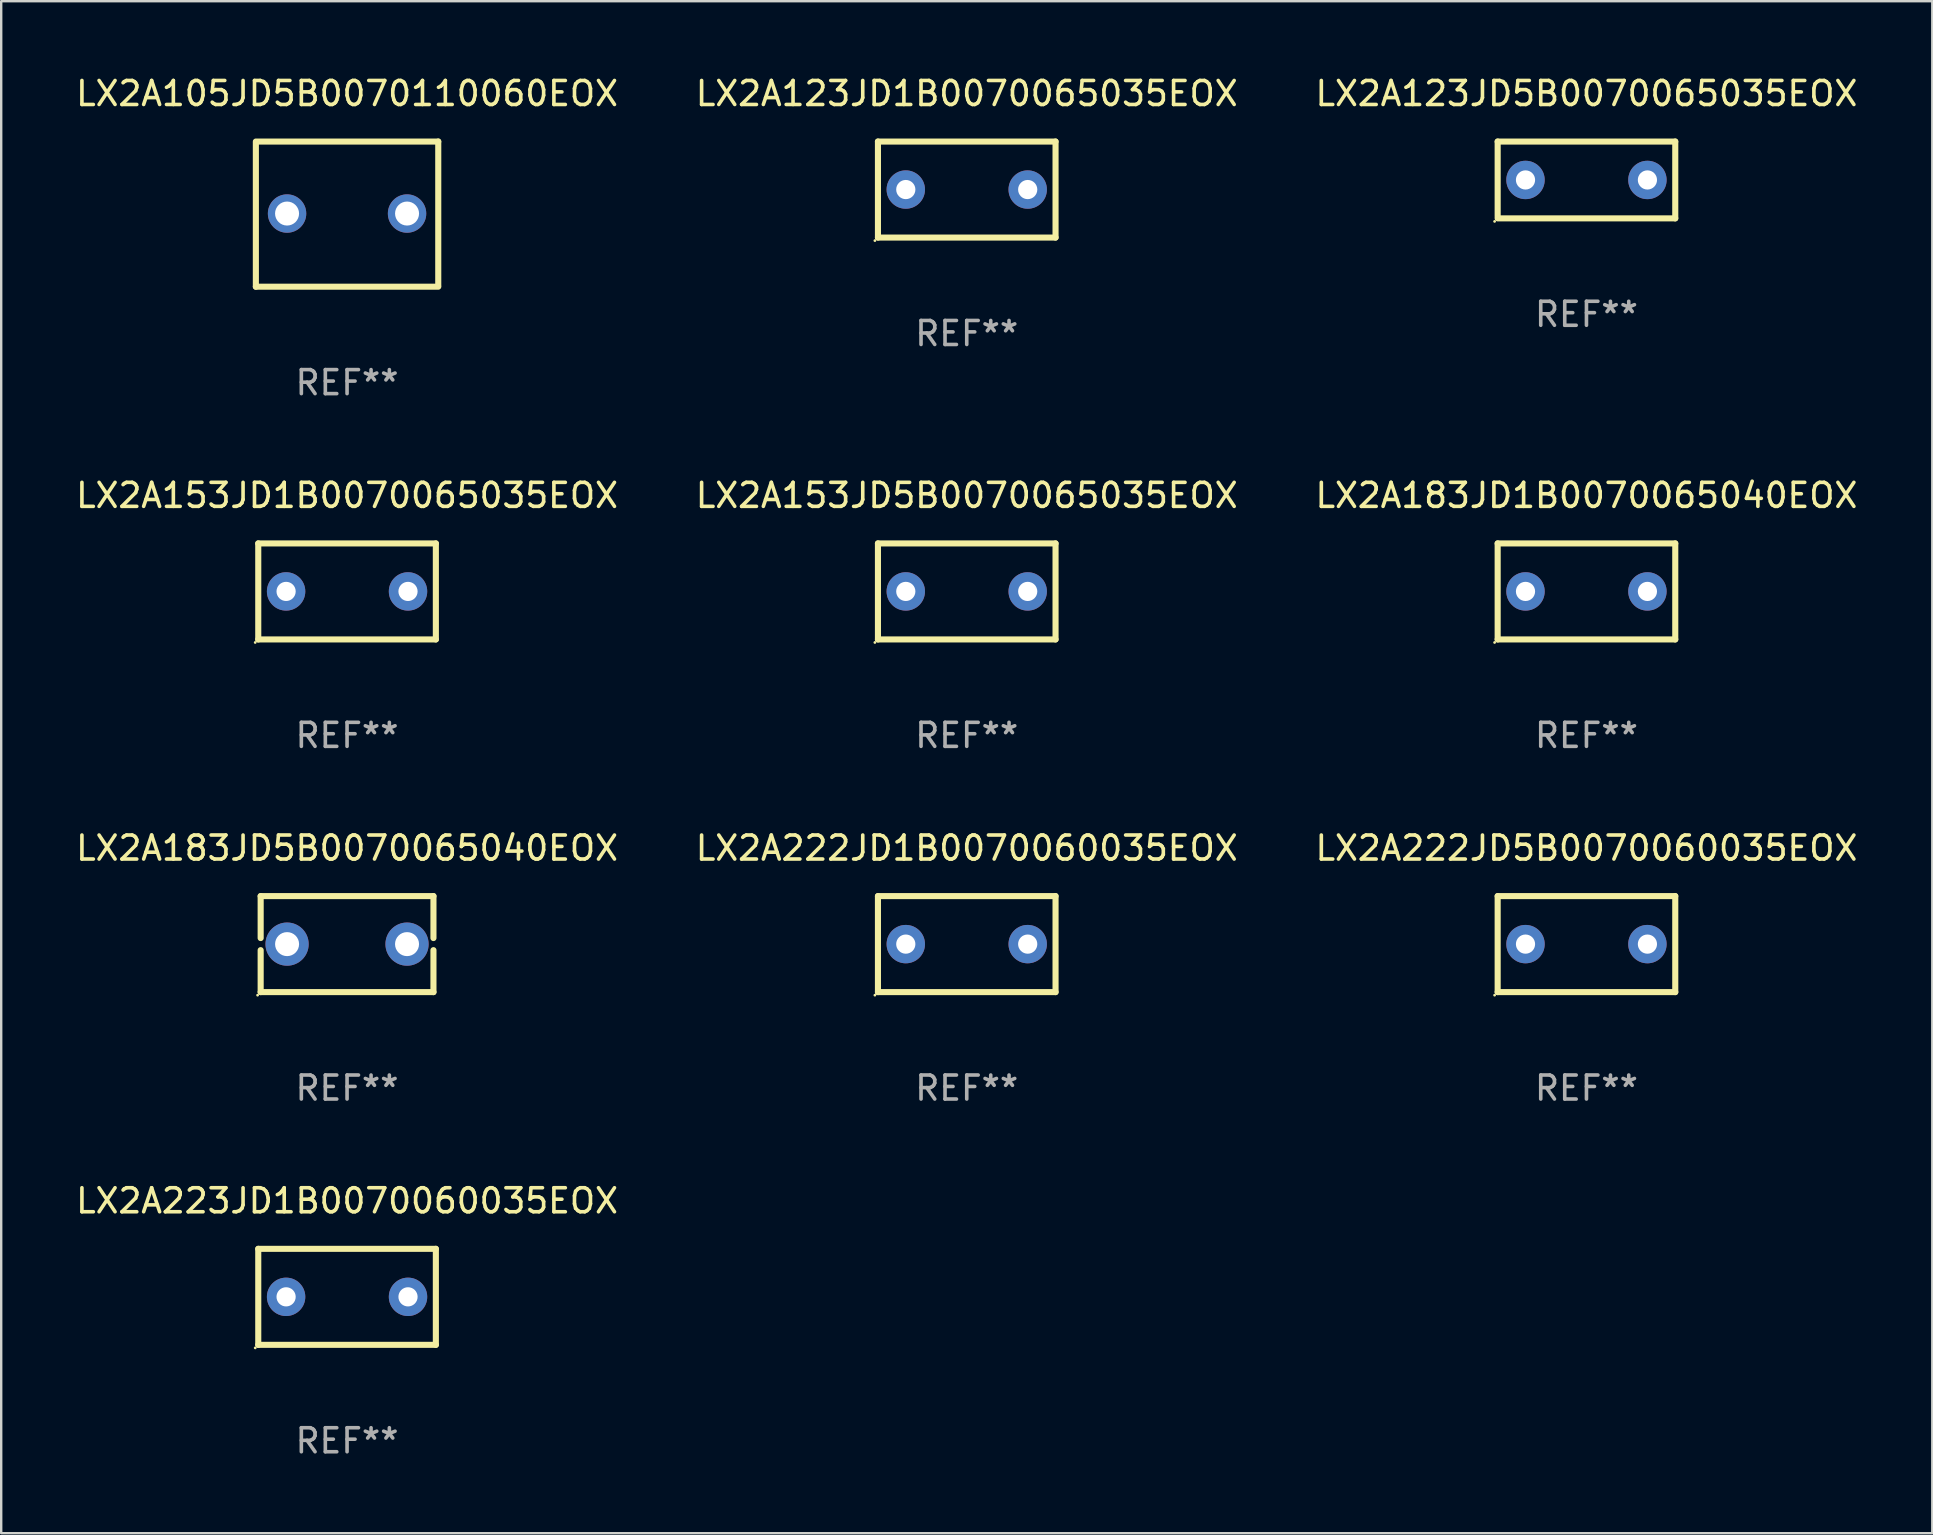
<source format=kicad_pcb>
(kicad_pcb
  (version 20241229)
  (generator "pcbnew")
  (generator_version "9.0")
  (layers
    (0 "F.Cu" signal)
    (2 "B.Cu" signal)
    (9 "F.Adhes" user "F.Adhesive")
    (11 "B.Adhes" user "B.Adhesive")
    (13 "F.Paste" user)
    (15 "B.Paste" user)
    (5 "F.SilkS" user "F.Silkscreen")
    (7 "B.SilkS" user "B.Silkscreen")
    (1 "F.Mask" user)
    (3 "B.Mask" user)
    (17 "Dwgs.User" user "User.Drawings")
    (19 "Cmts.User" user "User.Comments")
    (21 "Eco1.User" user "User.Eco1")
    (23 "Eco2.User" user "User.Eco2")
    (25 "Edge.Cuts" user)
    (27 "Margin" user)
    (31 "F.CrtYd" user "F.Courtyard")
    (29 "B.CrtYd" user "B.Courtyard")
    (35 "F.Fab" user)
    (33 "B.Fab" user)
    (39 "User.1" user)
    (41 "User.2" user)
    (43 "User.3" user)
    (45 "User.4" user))
  (footprint "LX2A123JD1B0070065035EOX"
    (layer "F.Cu")
    (at 37.232 4.848)
    (property "Reference" "LX2A123JD1B0070065035EOX" (at 0 -4 0) (layer "F.SilkS") (effects (font (size 1 1) (thickness 0.15))))
    (attr through_hole)
    (fp_line (start -3.7 -2) (end -3.7 2) (stroke (width 0.254) (type solid)) (layer "F.SilkS"))
    (fp_line (start -3.7 -2) (end 3.7 -2) (stroke (width 0.254) (type solid)) (layer "F.SilkS"))
    (fp_line (start -3.7 2) (end 3.7 2) (stroke (width 0.254) (type solid)) (layer "F.SilkS"))
    (fp_line (start 3.7 -2) (end 3.7 2) (stroke (width 0.254) (type solid)) (layer "F.SilkS"))
    (fp_circle (center -3.827 2.127) (end -3.797 2.127) (stroke (width 0.06) (type solid)) (fill no) (layer "F.SilkS"))
    (fp_text user "REF**" (at 0 6 0) (layer "F.Fab") (effects (font (size 1 1) (thickness 0.15))))
    (pad "1" thru_hole circle (at -2.54 0) (size 1.6 1.6) (drill 0.8) (layers "*.Cu" "*.Mask"))
    (pad "2" thru_hole circle (at 2.54 0) (size 1.6 1.6) (drill 0.8) (layers "*.Cu" "*.Mask")))
  (footprint "LX2A183JD5B0070065040EOX"
    (layer "F.Cu")
    (at 11.411 36.289)
    (property "Reference" "LX2A183JD5B0070065040EOX" (at 0 -4 0) (layer "F.SilkS") (effects (font (size 1 1) (thickness 0.15))))
    (attr through_hole)
    (fp_line (start -3.6 -2) (end -3.6 -0.252) (stroke (width 0.254) (type solid)) (layer "F.SilkS"))
    (fp_line (start -3.6 -2) (end 3.6 -2) (stroke (width 0.254) (type solid)) (layer "F.SilkS"))
    (fp_line (start -3.6 0.252) (end -3.6 2) (stroke (width 0.254) (type solid)) (layer "F.SilkS"))
    (fp_line (start -3.6 2) (end 3.6 2) (stroke (width 0.254) (type solid)) (layer "F.SilkS"))
    (fp_line (start 3.6 -0.252) (end 3.6 -2) (stroke (width 0.254) (type solid)) (layer "F.SilkS"))
    (fp_line (start 3.6 2) (end 3.6 0.252) (stroke (width 0.254) (type solid)) (layer "F.SilkS"))
    (fp_circle (center -3.727 2.127) (end -3.697 2.127) (stroke (width 0.06) (type solid)) (fill no) (layer "F.SilkS"))
    (fp_text user "REF**" (at 0 6 0) (layer "F.Fab") (effects (font (size 1 1) (thickness 0.15))))
    (pad "1" thru_hole circle (at -2.499 0) (size 1.8 1.8) (drill 1) (layers "*.Cu" "*.Mask"))
    (pad "2" thru_hole circle (at 2.499 0) (size 1.8 1.8) (drill 1) (layers "*.Cu" "*.Mask")))
  (footprint "LX2A123JD5B0070065035EOX"
    (layer "F.Cu")
    (at 63.054 4.448)
    (property "Reference" "LX2A123JD5B0070065035EOX" (at 0 -3.6 0) (layer "F.SilkS") (effects (font (size 1 1) (thickness 0.15))))
    (attr through_hole)
    (fp_line (start -3.7 -1.6) (end -3.7 1.524) (stroke (width 0.254) (type solid)) (layer "F.SilkS"))
    (fp_line (start -3.7 -1.6) (end 3.7 -1.6) (stroke (width 0.254) (type solid)) (layer "F.SilkS"))
    (fp_line (start -3.7 1.6) (end 3.7 1.6) (stroke (width 0.254) (type solid)) (layer "F.SilkS"))
    (fp_line (start 3.7 -1.6) (end 3.7 1.6) (stroke (width 0.254) (type solid)) (layer "F.SilkS"))
    (fp_circle (center -3.827 1.727) (end -3.797 1.727) (stroke (width 0.06) (type solid)) (fill no) (layer "F.SilkS"))
    (fp_text user "REF**" (at 0 5.6 0) (layer "F.Fab") (effects (font (size 1 1) (thickness 0.15))))
    (pad "1" thru_hole circle (at -2.54 0) (size 1.6 1.6) (drill 0.8) (layers "*.Cu" "*.Mask"))
    (pad "2" thru_hole circle (at 2.54 0) (size 1.6 1.6) (drill 0.8) (layers "*.Cu" "*.Mask")))
  (footprint "LX2A105JD5B0070110060EOX"
    (layer "F.Cu")
    (at 11.411 5.872)
    (property "Reference" "LX2A105JD5B0070110060EOX" (at 0 -5.024 0) (layer "F.SilkS") (effects (font (size 1 1) (thickness 0.15))))
    (attr through_hole)
    (fp_line (start -3.8 -3.024) (end 3.8 -3.024) (stroke (width 0.254) (type solid)) (layer "F.SilkS"))
    (fp_line (start -3.8 3.024) (end -3.8 -2.976) (stroke (width 0.254) (type solid)) (layer "F.SilkS"))
    (fp_line (start 3.8 -3.024) (end 3.8 2.976) (stroke (width 0.254) (type solid)) (layer "F.SilkS"))
    (fp_line (start 3.8 3.024) (end -3.8 3.024) (stroke (width 0.254) (type solid)) (layer "F.SilkS"))
    (fp_circle (center -3.75 2.976) (end -3.72 2.976) (stroke (width 0.06) (type solid)) (fill no) (layer "F.SilkS"))
    (fp_text user "REF**" (at 0 7.024 0) (layer "F.Fab") (effects (font (size 1 1) (thickness 0.15))))
    (pad "1" thru_hole circle (at -2.5 -0.024) (size 1.6 1.6) (drill 1) (layers "*.Cu" "*.Mask"))
    (pad "2" thru_hole circle (at 2.5 -0.024) (size 1.6 1.6) (drill 1) (layers "*.Cu" "*.Mask")))
  (footprint "LX2A153JD1B0070065035EOX"
    (layer "F.Cu")
    (at 11.411 21.593)
    (property "Reference" "LX2A153JD1B0070065035EOX" (at 0 -4 0) (layer "F.SilkS") (effects (font (size 1 1) (thickness 0.15))))
    (attr through_hole)
    (fp_line (start -3.7 -2) (end -3.7 2) (stroke (width 0.254) (type solid)) (layer "F.SilkS"))
    (fp_line (start -3.7 -2) (end 3.7 -2) (stroke (width 0.254) (type solid)) (layer "F.SilkS"))
    (fp_line (start -3.7 2) (end 3.7 2) (stroke (width 0.254) (type solid)) (layer "F.SilkS"))
    (fp_line (start 3.7 -2) (end 3.7 2) (stroke (width 0.254) (type solid)) (layer "F.SilkS"))
    (fp_circle (center -3.827 2.127) (end -3.797 2.127) (stroke (width 0.06) (type solid)) (fill no) (layer "F.SilkS"))
    (fp_text user "REF**" (at 0 6 0) (layer "F.Fab") (effects (font (size 1 1) (thickness 0.15))))
    (pad "1" thru_hole circle (at -2.54 0) (size 1.6 1.6) (drill 0.8) (layers "*.Cu" "*.Mask"))
    (pad "2" thru_hole circle (at 2.54 0) (size 1.6 1.6) (drill 0.8) (layers "*.Cu" "*.Mask")))
  (footprint "LX2A222JD5B0070060035EOX"
    (layer "F.Cu")
    (at 63.054 36.289)
    (property "Reference" "LX2A222JD5B0070060035EOX" (at 0 -4 0) (layer "F.SilkS") (effects (font (size 1 1) (thickness 0.15))))
    (attr through_hole)
    (fp_line (start -3.7 -2) (end -3.7 2) (stroke (width 0.254) (type solid)) (layer "F.SilkS"))
    (fp_line (start -3.7 -2) (end 3.7 -2) (stroke (width 0.254) (type solid)) (layer "F.SilkS"))
    (fp_line (start -3.7 2) (end 3.7 2) (stroke (width 0.254) (type solid)) (layer "F.SilkS"))
    (fp_line (start 3.7 -2) (end 3.7 2) (stroke (width 0.254) (type solid)) (layer "F.SilkS"))
    (fp_circle (center -3.827 2.127) (end -3.797 2.127) (stroke (width 0.06) (type solid)) (fill no) (layer "F.SilkS"))
    (fp_text user "REF**" (at 0 6 0) (layer "F.Fab") (effects (font (size 1 1) (thickness 0.15))))
    (pad "1" thru_hole circle (at -2.54 0) (size 1.6 1.6) (drill 0.8) (layers "*.Cu" "*.Mask"))
    (pad "2" thru_hole circle (at 2.54 0) (size 1.6 1.6) (drill 0.8) (layers "*.Cu" "*.Mask")))
  (footprint "LX2A153JD5B0070065035EOX"
    (layer "F.Cu")
    (at 37.232 21.593)
    (property "Reference" "LX2A153JD5B0070065035EOX" (at 0 -4 0) (layer "F.SilkS") (effects (font (size 1 1) (thickness 0.15))))
    (attr through_hole)
    (fp_line (start -3.7 -2) (end -3.7 2) (stroke (width 0.254) (type solid)) (layer "F.SilkS"))
    (fp_line (start -3.7 -2) (end 3.7 -2) (stroke (width 0.254) (type solid)) (layer "F.SilkS"))
    (fp_line (start -3.7 2) (end 3.7 2) (stroke (width 0.254) (type solid)) (layer "F.SilkS"))
    (fp_line (start 3.7 -2) (end 3.7 2) (stroke (width 0.254) (type solid)) (layer "F.SilkS"))
    (fp_circle (center -3.827 2.127) (end -3.797 2.127) (stroke (width 0.06) (type solid)) (fill no) (layer "F.SilkS"))
    (fp_text user "REF**" (at 0 6 0) (layer "F.Fab") (effects (font (size 1 1) (thickness 0.15))))
    (pad "1" thru_hole circle (at -2.54 0) (size 1.6 1.6) (drill 0.8) (layers "*.Cu" "*.Mask"))
    (pad "2" thru_hole circle (at 2.54 0) (size 1.6 1.6) (drill 0.8) (layers "*.Cu" "*.Mask")))
  (footprint "LX2A222JD1B0070060035EOX"
    (layer "F.Cu")
    (at 37.232 36.289)
    (property "Reference" "LX2A222JD1B0070060035EOX" (at 0 -4 0) (layer "F.SilkS") (effects (font (size 1 1) (thickness 0.15))))
    (attr through_hole)
    (fp_line (start -3.7 -2) (end -3.7 2) (stroke (width 0.254) (type solid)) (layer "F.SilkS"))
    (fp_line (start -3.7 -2) (end 3.7 -2) (stroke (width 0.254) (type solid)) (layer "F.SilkS"))
    (fp_line (start -3.7 2) (end 3.7 2) (stroke (width 0.254) (type solid)) (layer "F.SilkS"))
    (fp_line (start 3.7 -2) (end 3.7 2) (stroke (width 0.254) (type solid)) (layer "F.SilkS"))
    (fp_circle (center -3.827 2.127) (end -3.797 2.127) (stroke (width 0.06) (type solid)) (fill no) (layer "F.SilkS"))
    (fp_text user "REF**" (at 0 6 0) (layer "F.Fab") (effects (font (size 1 1) (thickness 0.15))))
    (pad "1" thru_hole circle (at -2.54 0) (size 1.6 1.6) (drill 0.8) (layers "*.Cu" "*.Mask"))
    (pad "2" thru_hole circle (at 2.54 0) (size 1.6 1.6) (drill 0.8) (layers "*.Cu" "*.Mask")))
  (footprint "LX2A183JD1B0070065040EOX"
    (layer "F.Cu")
    (at 63.054 21.593)
    (property "Reference" "LX2A183JD1B0070065040EOX" (at 0 -4 0) (layer "F.SilkS") (effects (font (size 1 1) (thickness 0.15))))
    (attr through_hole)
    (fp_line (start -3.7 -2) (end -3.7 2) (stroke (width 0.254) (type solid)) (layer "F.SilkS"))
    (fp_line (start -3.7 -2) (end 3.7 -2) (stroke (width 0.254) (type solid)) (layer "F.SilkS"))
    (fp_line (start -3.7 2) (end 3.7 2) (stroke (width 0.254) (type solid)) (layer "F.SilkS"))
    (fp_line (start 3.7 -2) (end 3.7 2) (stroke (width 0.254) (type solid)) (layer "F.SilkS"))
    (fp_circle (center -3.827 2.127) (end -3.797 2.127) (stroke (width 0.06) (type solid)) (fill no) (layer "F.SilkS"))
    (fp_text user "REF**" (at 0 6 0) (layer "F.Fab") (effects (font (size 1 1) (thickness 0.15))))
    (pad "1" thru_hole circle (at -2.54 0) (size 1.6 1.6) (drill 0.8) (layers "*.Cu" "*.Mask"))
    (pad "2" thru_hole circle (at 2.54 0) (size 1.6 1.6) (drill 0.8) (layers "*.Cu" "*.Mask")))
  (footprint "LX2A223JD1B0070060035EOX"
    (layer "F.Cu")
    (at 11.411 50.986)
    (property "Reference" "LX2A223JD1B0070060035EOX" (at 0 -4 0) (layer "F.SilkS") (effects (font (size 1 1) (thickness 0.15))))
    (attr through_hole)
    (fp_line (start -3.7 -2) (end -3.7 2) (stroke (width 0.254) (type solid)) (layer "F.SilkS"))
    (fp_line (start -3.7 -2) (end 3.7 -2) (stroke (width 0.254) (type solid)) (layer "F.SilkS"))
    (fp_line (start -3.7 2) (end 3.7 2) (stroke (width 0.254) (type solid)) (layer "F.SilkS"))
    (fp_line (start 3.7 -2) (end 3.7 2) (stroke (width 0.254) (type solid)) (layer "F.SilkS"))
    (fp_circle (center -3.827 2.127) (end -3.797 2.127) (stroke (width 0.06) (type solid)) (fill no) (layer "F.SilkS"))
    (fp_text user "REF**" (at 0 6 0) (layer "F.Fab") (effects (font (size 1 1) (thickness 0.15))))
    (pad "1" thru_hole circle (at -2.54 0) (size 1.6 1.6) (drill 0.8) (layers "*.Cu" "*.Mask"))
    (pad "2" thru_hole circle (at 2.54 0) (size 1.6 1.6) (drill 0.8) (layers "*.Cu" "*.Mask")))
  (gr_rect
    (start -3 -3)
    (end 77.464 60.834)
    (stroke (width 0.1) (type default))
    (fill no)
    (layer "Edge.Cuts")))
</source>
